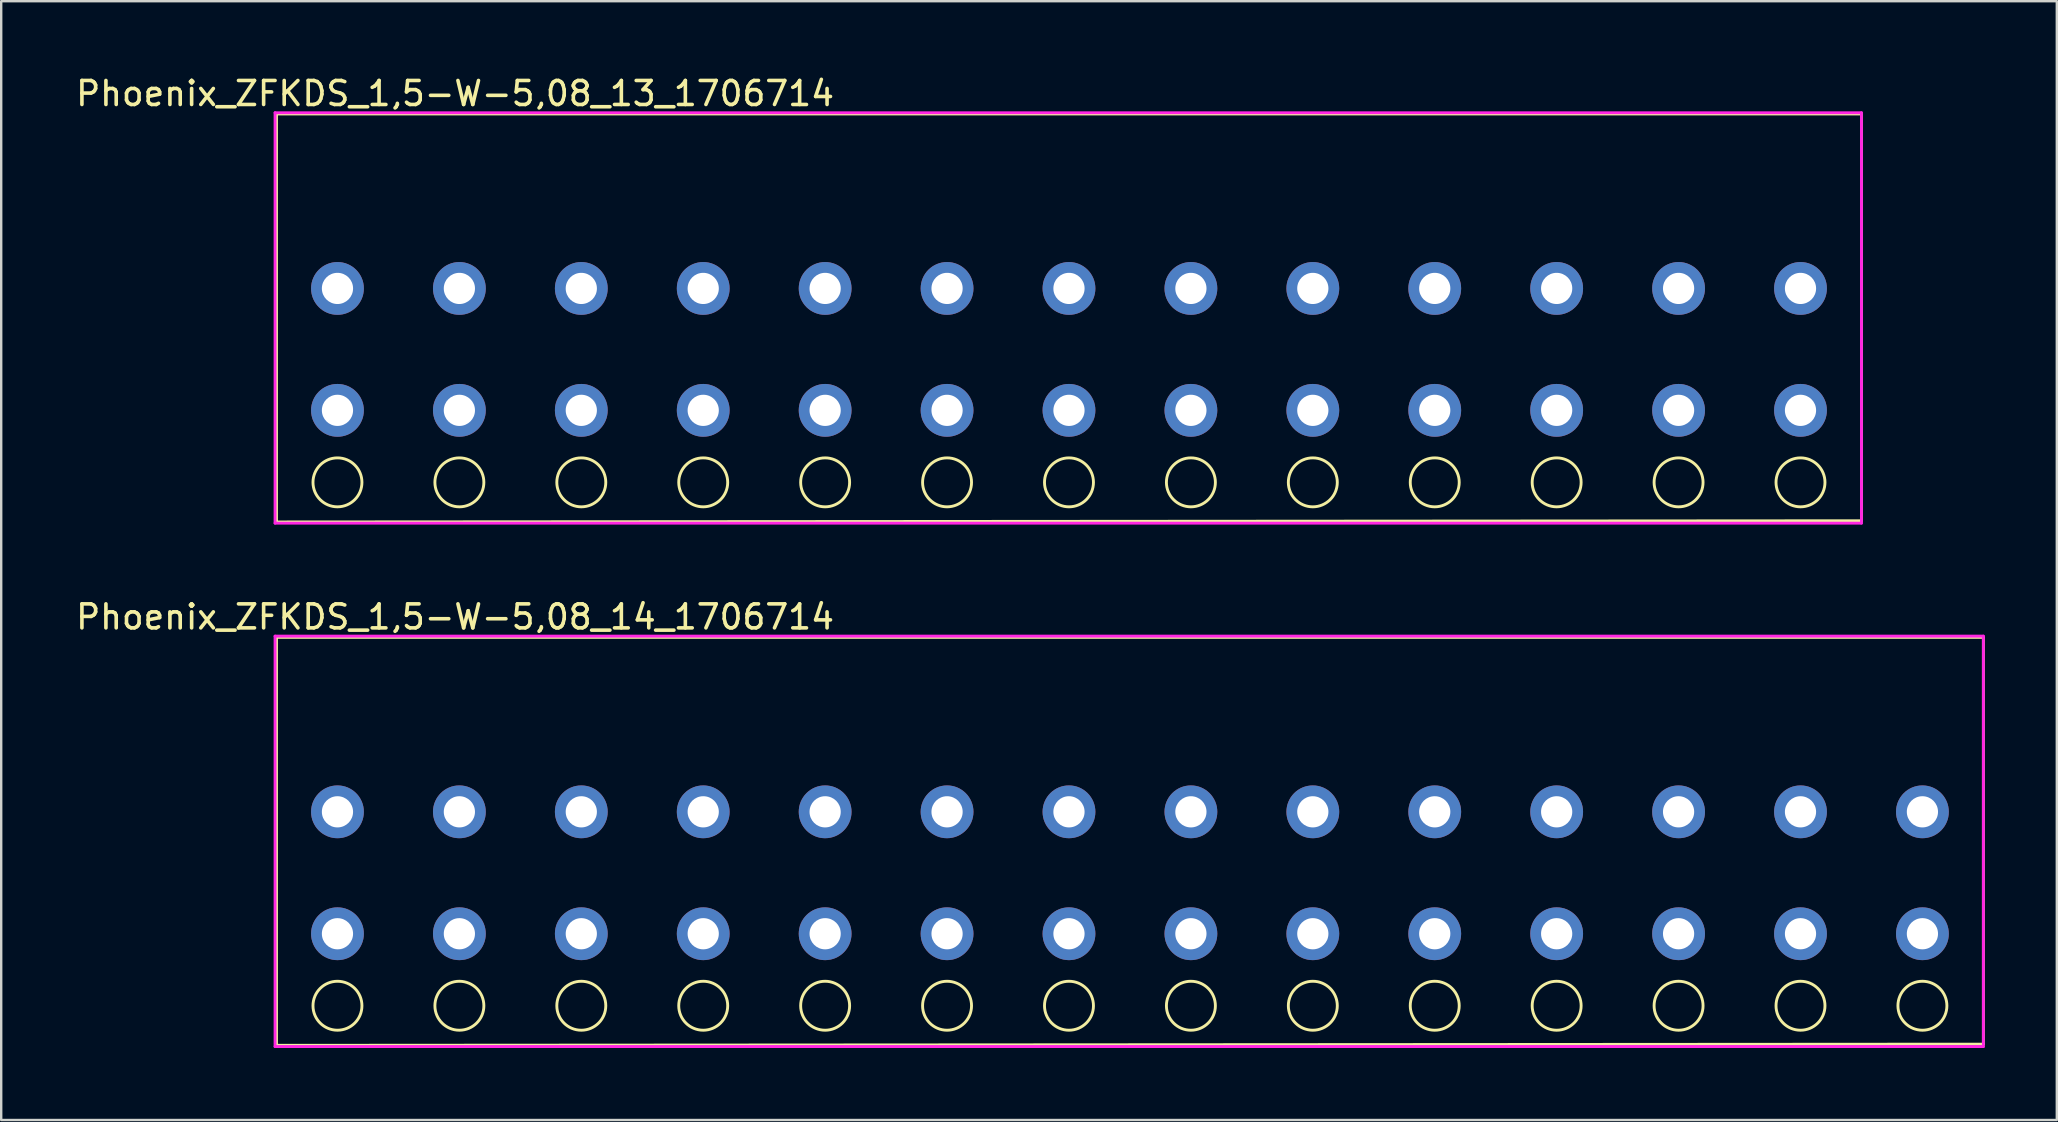
<source format=kicad_pcb>
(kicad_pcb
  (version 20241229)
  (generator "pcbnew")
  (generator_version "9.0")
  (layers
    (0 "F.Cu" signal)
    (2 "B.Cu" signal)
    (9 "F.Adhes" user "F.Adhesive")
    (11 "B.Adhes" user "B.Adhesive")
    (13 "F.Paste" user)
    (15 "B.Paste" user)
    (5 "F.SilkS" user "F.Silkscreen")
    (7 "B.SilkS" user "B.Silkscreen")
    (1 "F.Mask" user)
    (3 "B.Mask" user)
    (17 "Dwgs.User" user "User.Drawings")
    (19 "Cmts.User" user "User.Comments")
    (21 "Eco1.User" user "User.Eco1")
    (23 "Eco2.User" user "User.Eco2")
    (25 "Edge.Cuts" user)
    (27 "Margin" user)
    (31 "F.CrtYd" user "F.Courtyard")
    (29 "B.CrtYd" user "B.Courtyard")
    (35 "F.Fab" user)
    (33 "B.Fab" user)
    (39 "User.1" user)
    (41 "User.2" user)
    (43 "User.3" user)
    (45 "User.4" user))
  (footprint "Phoenix_ZFKDS_1,5-W-5,08_13_1706714"
    (layer "F.Cu")
    (at 11.011 14.048)
    (property "Reference" "Phoenix_ZFKDS_1,5-W-5,08_13_1706714" (at 4.9 -13.2 0) (layer "F.SilkS") (effects (font (size 1 1) (thickness 0.15))))
    (attr through_hole)
    (fp_line (start -2.54 -12.35) (end -2.54 4.65) (stroke (width 0.12) (type solid)) (layer "F.SilkS"))
    (fp_line (start -2.54 4.65) (end 63.5 4.6) (stroke (width 0.12) (type solid)) (layer "F.SilkS"))
    (fp_line (start 63.5 -12.35) (end -2.54 -12.35) (stroke (width 0.12) (type solid)) (layer "F.SilkS"))
    (fp_line (start 63.5 4.6) (end 63.5 -12.35) (stroke (width 0.12) (type solid)) (layer "F.SilkS"))
    (fp_circle (center 0 3) (end 1 2.8) (stroke (width 0.12) (type solid)) (fill no) (layer "F.SilkS"))
    (fp_circle (center 5.08 3) (end 6.1 3) (stroke (width 0.12) (type solid)) (fill no) (layer "F.SilkS"))
    (fp_circle (center 10.16 3) (end 11.18 3) (stroke (width 0.12) (type solid)) (fill no) (layer "F.SilkS"))
    (fp_circle (center 15.24 3) (end 16.26 3) (stroke (width 0.12) (type solid)) (fill no) (layer "F.SilkS"))
    (fp_circle (center 20.32 3) (end 21.34 3) (stroke (width 0.12) (type solid)) (fill no) (layer "F.SilkS"))
    (fp_circle (center 25.4 3) (end 26.42 3) (stroke (width 0.12) (type solid)) (fill no) (layer "F.SilkS"))
    (fp_circle (center 30.48 3) (end 31.5 3) (stroke (width 0.12) (type solid)) (fill no) (layer "F.SilkS"))
    (fp_circle (center 35.56 3) (end 36.58 3) (stroke (width 0.12) (type solid)) (fill no) (layer "F.SilkS"))
    (fp_circle (center 40.64 3) (end 41.66 3) (stroke (width 0.12) (type solid)) (fill no) (layer "F.SilkS"))
    (fp_circle (center 45.72 3) (end 46.74 3) (stroke (width 0.12) (type solid)) (fill no) (layer "F.SilkS"))
    (fp_circle (center 50.8 3) (end 51.82 3) (stroke (width 0.12) (type solid)) (fill no) (layer "F.SilkS"))
    (fp_circle (center 55.88 3) (end 56.9 3) (stroke (width 0.12) (type solid)) (fill no) (layer "F.SilkS"))
    (fp_circle (center 60.96 3) (end 61.98 3) (stroke (width 0.12) (type solid)) (fill no) (layer "F.SilkS"))
    (fp_line (start -2.6 -12.4) (end 63.5 -12.4) (stroke (width 0.12) (type solid)) (layer "F.CrtYd"))
    (fp_line (start -2.6 4.7) (end -2.6 -12.4) (stroke (width 0.12) (type solid)) (layer "F.CrtYd"))
    (fp_line (start 63.5 -12.4) (end 63.5 4.7) (stroke (width 0.12) (type solid)) (layer "F.CrtYd"))
    (fp_line (start 63.5 4.7) (end -2.6 4.7) (stroke (width 0.12) (type solid)) (layer "F.CrtYd"))
    (pad "1" thru_hole circle (at 0 -5.08) (size 2.2 2.2) (drill 1.3) (layers "*.Cu" "*.Mask"))
    (pad "1" thru_hole circle (at 0 0) (size 2.2 2.2) (drill 1.3) (layers "*.Cu" "*.Mask"))
    (pad "2" thru_hole circle (at 5.08 -5.08) (size 2.2 2.2) (drill 1.3) (layers "*.Cu" "*.Mask"))
    (pad "2" thru_hole circle (at 5.08 0) (size 2.2 2.2) (drill 1.3) (layers "*.Cu" "*.Mask"))
    (pad "3" thru_hole circle (at 10.16 -5.08) (size 2.2 2.2) (drill 1.3) (layers "*.Cu" "*.Mask"))
    (pad "3" thru_hole circle (at 10.16 0) (size 2.2 2.2) (drill 1.3) (layers "*.Cu" "*.Mask"))
    (pad "4" thru_hole circle (at 15.24 -5.08) (size 2.2 2.2) (drill 1.3) (layers "*.Cu" "*.Mask"))
    (pad "4" thru_hole circle (at 15.24 0) (size 2.2 2.2) (drill 1.3) (layers "*.Cu" "*.Mask"))
    (pad "5" thru_hole circle (at 20.32 -5.08) (size 2.2 2.2) (drill 1.3) (layers "*.Cu" "*.Mask"))
    (pad "5" thru_hole circle (at 20.32 0) (size 2.2 2.2) (drill 1.3) (layers "*.Cu" "*.Mask"))
    (pad "6" thru_hole circle (at 25.4 -5.08) (size 2.2 2.2) (drill 1.3) (layers "*.Cu" "*.Mask"))
    (pad "6" thru_hole circle (at 25.4 0) (size 2.2 2.2) (drill 1.3) (layers "*.Cu" "*.Mask"))
    (pad "7" thru_hole circle (at 30.48 -5.08) (size 2.2 2.2) (drill 1.3) (layers "*.Cu" "*.Mask"))
    (pad "7" thru_hole circle (at 30.48 0) (size 2.2 2.2) (drill 1.3) (layers "*.Cu" "*.Mask"))
    (pad "8" thru_hole circle (at 35.56 -5.08) (size 2.2 2.2) (drill 1.3) (layers "*.Cu" "*.Mask"))
    (pad "8" thru_hole circle (at 35.56 0) (size 2.2 2.2) (drill 1.3) (layers "*.Cu" "*.Mask"))
    (pad "9" thru_hole circle (at 40.64 -5.08) (size 2.2 2.2) (drill 1.3) (layers "*.Cu" "*.Mask"))
    (pad "9" thru_hole circle (at 40.64 0) (size 2.2 2.2) (drill 1.3) (layers "*.Cu" "*.Mask"))
    (pad "10" thru_hole circle (at 45.72 -5.08) (size 2.2 2.2) (drill 1.3) (layers "*.Cu" "*.Mask"))
    (pad "10" thru_hole circle (at 45.72 0) (size 2.2 2.2) (drill 1.3) (layers "*.Cu" "*.Mask"))
    (pad "11" thru_hole circle (at 50.8 -5.08) (size 2.2 2.2) (drill 1.3) (layers "*.Cu" "*.Mask"))
    (pad "11" thru_hole circle (at 50.8 0) (size 2.2 2.2) (drill 1.3) (layers "*.Cu" "*.Mask"))
    (pad "12" thru_hole circle (at 55.88 -5.08) (size 2.2 2.2) (drill 1.3) (layers "*.Cu" "*.Mask"))
    (pad "12" thru_hole circle (at 55.88 0) (size 2.2 2.2) (drill 1.3) (layers "*.Cu" "*.Mask"))
    (pad "13" thru_hole circle (at 60.96 -5.08) (size 2.2 2.2) (drill 1.3) (layers "*.Cu" "*.Mask"))
    (pad "13" thru_hole circle (at 60.96 0) (size 2.2 2.2) (drill 1.3) (layers "*.Cu" "*.Mask")))
  (footprint "Phoenix_ZFKDS_1,5-W-5,08_14_1706714"
    (layer "F.Cu")
    (at 11.011 35.856)
    (property "Reference" "Phoenix_ZFKDS_1,5-W-5,08_14_1706714" (at 4.9 -13.2 0) (layer "F.SilkS") (effects (font (size 1 1) (thickness 0.15))))
    (attr through_hole)
    (fp_line (start -2.54 -12.35) (end -2.54 4.65) (stroke (width 0.12) (type solid)) (layer "F.SilkS"))
    (fp_line (start -2.54 4.65) (end 68.58 4.6) (stroke (width 0.12) (type solid)) (layer "F.SilkS"))
    (fp_line (start 68.58 -12.35) (end -2.54 -12.35) (stroke (width 0.12) (type solid)) (layer "F.SilkS"))
    (fp_line (start 68.58 4.6) (end 68.58 -12.35) (stroke (width 0.12) (type solid)) (layer "F.SilkS"))
    (fp_circle (center 0 3) (end 1 2.8) (stroke (width 0.12) (type solid)) (fill no) (layer "F.SilkS"))
    (fp_circle (center 5.08 3) (end 6.1 3) (stroke (width 0.12) (type solid)) (fill no) (layer "F.SilkS"))
    (fp_circle (center 10.16 3) (end 11.18 3) (stroke (width 0.12) (type solid)) (fill no) (layer "F.SilkS"))
    (fp_circle (center 15.24 3) (end 16.26 3) (stroke (width 0.12) (type solid)) (fill no) (layer "F.SilkS"))
    (fp_circle (center 20.32 3) (end 21.34 3) (stroke (width 0.12) (type solid)) (fill no) (layer "F.SilkS"))
    (fp_circle (center 25.4 3) (end 26.42 3) (stroke (width 0.12) (type solid)) (fill no) (layer "F.SilkS"))
    (fp_circle (center 30.48 3) (end 31.5 3) (stroke (width 0.12) (type solid)) (fill no) (layer "F.SilkS"))
    (fp_circle (center 35.56 3) (end 36.58 3) (stroke (width 0.12) (type solid)) (fill no) (layer "F.SilkS"))
    (fp_circle (center 40.64 3) (end 41.66 3) (stroke (width 0.12) (type solid)) (fill no) (layer "F.SilkS"))
    (fp_circle (center 45.72 3) (end 46.74 3) (stroke (width 0.12) (type solid)) (fill no) (layer "F.SilkS"))
    (fp_circle (center 50.8 3) (end 51.82 3) (stroke (width 0.12) (type solid)) (fill no) (layer "F.SilkS"))
    (fp_circle (center 55.88 3) (end 56.9 3) (stroke (width 0.12) (type solid)) (fill no) (layer "F.SilkS"))
    (fp_circle (center 60.96 3) (end 61.98 3) (stroke (width 0.12) (type solid)) (fill no) (layer "F.SilkS"))
    (fp_circle (center 66.04 3) (end 67.06 3) (stroke (width 0.12) (type solid)) (fill no) (layer "F.SilkS"))
    (fp_line (start -2.6 -12.4) (end 68.58 -12.4) (stroke (width 0.12) (type solid)) (layer "F.CrtYd"))
    (fp_line (start -2.6 4.7) (end -2.6 -12.4) (stroke (width 0.12) (type solid)) (layer "F.CrtYd"))
    (fp_line (start 68.58 -12.4) (end 68.58 4.7) (stroke (width 0.12) (type solid)) (layer "F.CrtYd"))
    (fp_line (start 68.58 4.7) (end -2.6 4.7) (stroke (width 0.12) (type solid)) (layer "F.CrtYd"))
    (pad "1" thru_hole circle (at 0 -5.08) (size 2.2 2.2) (drill 1.3) (layers "*.Cu" "*.Mask"))
    (pad "1" thru_hole circle (at 0 0) (size 2.2 2.2) (drill 1.3) (layers "*.Cu" "*.Mask"))
    (pad "2" thru_hole circle (at 5.08 -5.08) (size 2.2 2.2) (drill 1.3) (layers "*.Cu" "*.Mask"))
    (pad "2" thru_hole circle (at 5.08 0) (size 2.2 2.2) (drill 1.3) (layers "*.Cu" "*.Mask"))
    (pad "3" thru_hole circle (at 10.16 -5.08) (size 2.2 2.2) (drill 1.3) (layers "*.Cu" "*.Mask"))
    (pad "3" thru_hole circle (at 10.16 0) (size 2.2 2.2) (drill 1.3) (layers "*.Cu" "*.Mask"))
    (pad "4" thru_hole circle (at 15.24 -5.08) (size 2.2 2.2) (drill 1.3) (layers "*.Cu" "*.Mask"))
    (pad "4" thru_hole circle (at 15.24 0) (size 2.2 2.2) (drill 1.3) (layers "*.Cu" "*.Mask"))
    (pad "5" thru_hole circle (at 20.32 -5.08) (size 2.2 2.2) (drill 1.3) (layers "*.Cu" "*.Mask"))
    (pad "5" thru_hole circle (at 20.32 0) (size 2.2 2.2) (drill 1.3) (layers "*.Cu" "*.Mask"))
    (pad "6" thru_hole circle (at 25.4 -5.08) (size 2.2 2.2) (drill 1.3) (layers "*.Cu" "*.Mask"))
    (pad "6" thru_hole circle (at 25.4 0) (size 2.2 2.2) (drill 1.3) (layers "*.Cu" "*.Mask"))
    (pad "7" thru_hole circle (at 30.48 -5.08) (size 2.2 2.2) (drill 1.3) (layers "*.Cu" "*.Mask"))
    (pad "7" thru_hole circle (at 30.48 0) (size 2.2 2.2) (drill 1.3) (layers "*.Cu" "*.Mask"))
    (pad "8" thru_hole circle (at 35.56 -5.08) (size 2.2 2.2) (drill 1.3) (layers "*.Cu" "*.Mask"))
    (pad "8" thru_hole circle (at 35.56 0) (size 2.2 2.2) (drill 1.3) (layers "*.Cu" "*.Mask"))
    (pad "9" thru_hole circle (at 40.64 -5.08) (size 2.2 2.2) (drill 1.3) (layers "*.Cu" "*.Mask"))
    (pad "9" thru_hole circle (at 40.64 0) (size 2.2 2.2) (drill 1.3) (layers "*.Cu" "*.Mask"))
    (pad "10" thru_hole circle (at 45.72 -5.08) (size 2.2 2.2) (drill 1.3) (layers "*.Cu" "*.Mask"))
    (pad "10" thru_hole circle (at 45.72 0) (size 2.2 2.2) (drill 1.3) (layers "*.Cu" "*.Mask"))
    (pad "11" thru_hole circle (at 50.8 -5.08) (size 2.2 2.2) (drill 1.3) (layers "*.Cu" "*.Mask"))
    (pad "11" thru_hole circle (at 50.8 0) (size 2.2 2.2) (drill 1.3) (layers "*.Cu" "*.Mask"))
    (pad "12" thru_hole circle (at 55.88 -5.08) (size 2.2 2.2) (drill 1.3) (layers "*.Cu" "*.Mask"))
    (pad "12" thru_hole circle (at 55.88 0) (size 2.2 2.2) (drill 1.3) (layers "*.Cu" "*.Mask"))
    (pad "13" thru_hole circle (at 60.96 -5.08) (size 2.2 2.2) (drill 1.3) (layers "*.Cu" "*.Mask"))
    (pad "13" thru_hole circle (at 60.96 0) (size 2.2 2.2) (drill 1.3) (layers "*.Cu" "*.Mask"))
    (pad "14" thru_hole circle (at 66.04 -5.08) (size 2.2 2.2) (drill 1.3) (layers "*.Cu" "*.Mask"))
    (pad "14" thru_hole circle (at 66.04 0) (size 2.2 2.2) (drill 1.3) (layers "*.Cu" "*.Mask")))
  (gr_rect
    (start -3 -3)
    (end 82.651 43.617)
    (stroke (width 0.1) (type default))
    (fill no)
    (layer "Edge.Cuts")))
</source>
